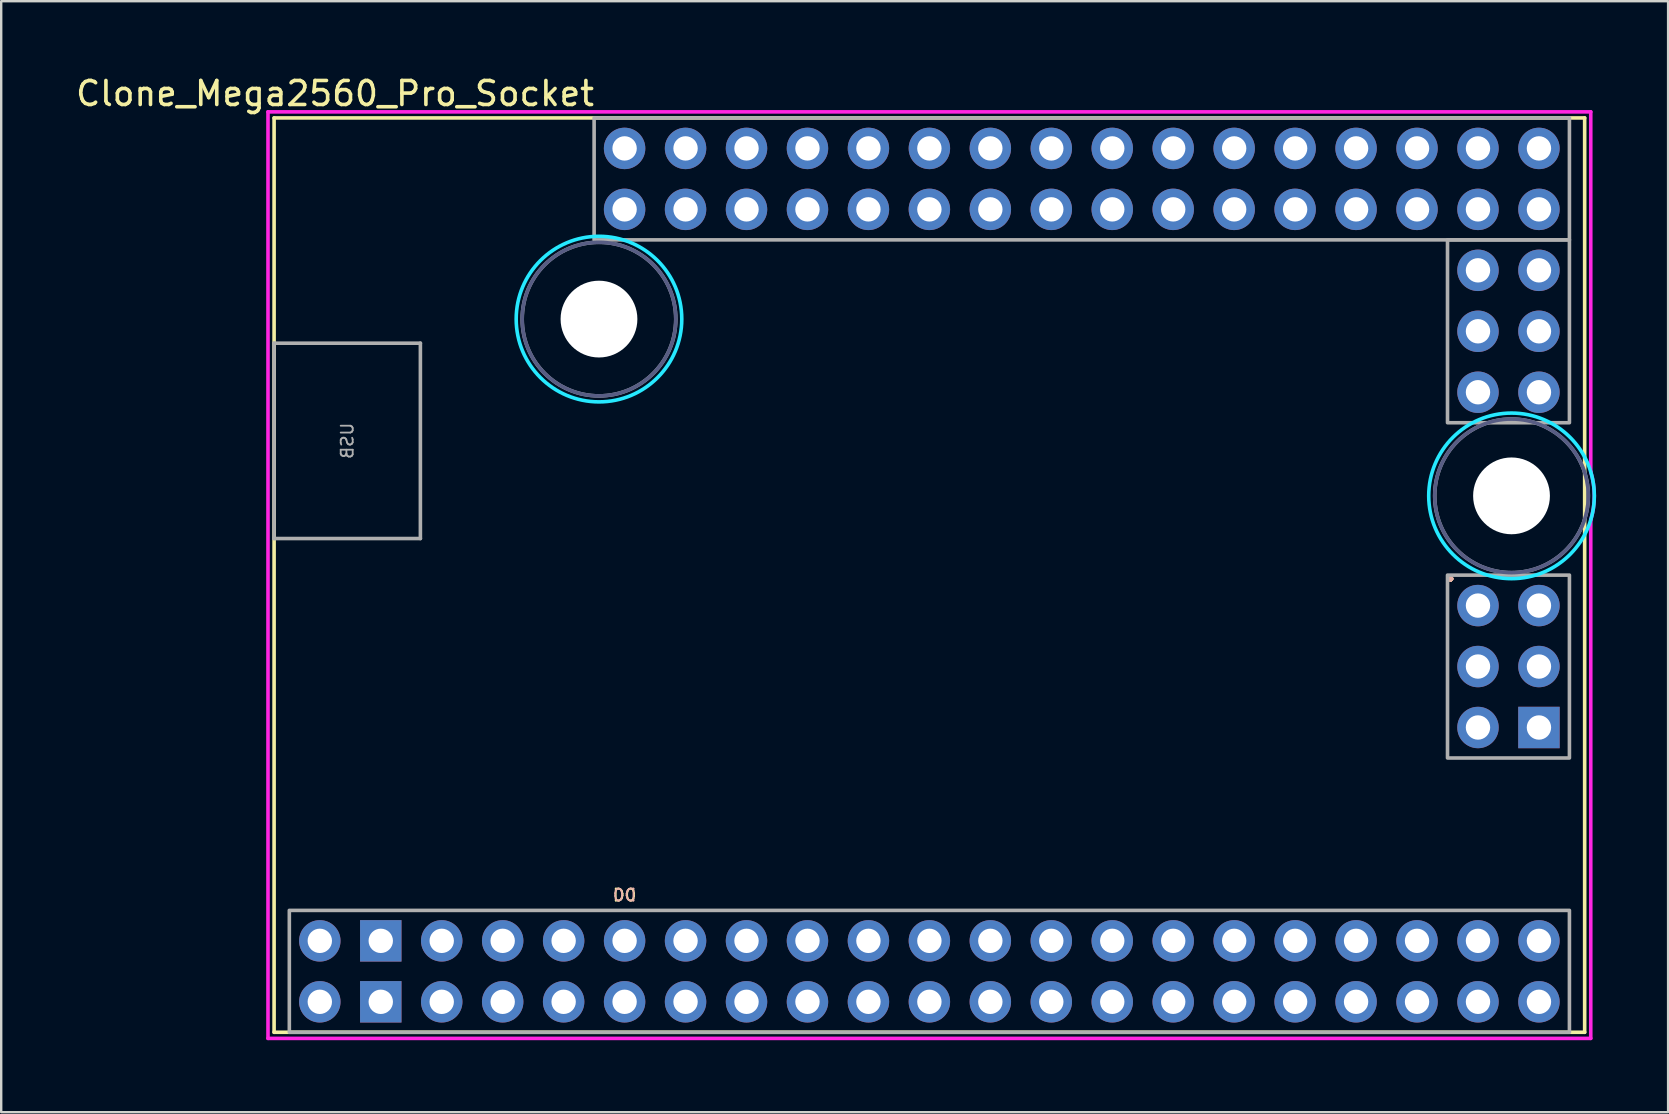
<source format=kicad_pcb>
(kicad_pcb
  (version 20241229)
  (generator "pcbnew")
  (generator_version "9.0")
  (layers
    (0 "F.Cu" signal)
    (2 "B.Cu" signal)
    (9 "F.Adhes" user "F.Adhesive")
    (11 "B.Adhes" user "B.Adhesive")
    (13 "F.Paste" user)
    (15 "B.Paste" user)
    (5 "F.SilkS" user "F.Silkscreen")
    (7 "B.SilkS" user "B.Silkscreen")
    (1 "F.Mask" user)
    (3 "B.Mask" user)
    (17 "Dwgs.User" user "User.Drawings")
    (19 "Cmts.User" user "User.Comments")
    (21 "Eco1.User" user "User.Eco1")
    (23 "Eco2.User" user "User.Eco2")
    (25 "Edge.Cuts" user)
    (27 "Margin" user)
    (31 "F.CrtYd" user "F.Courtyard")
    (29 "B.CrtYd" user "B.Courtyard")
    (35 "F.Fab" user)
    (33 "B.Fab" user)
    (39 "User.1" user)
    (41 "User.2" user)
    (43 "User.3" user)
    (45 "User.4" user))
  (footprint "Clone_Mega2560_Pro_Socket"
    (layer "F.Cu")
    (at 8.371 1.864)
    (property "Reference" "Clone_Mega2560_Pro_Socket" (at 2.54 -1.016 0) (layer "F.SilkS") (effects (font (size 1 1) (thickness 0.15))))
    (attr through_hole)
    (fp_line (start 0 0) (end 0 38.1) (stroke (width 0.15) (type solid)) (layer "F.SilkS"))
    (fp_line (start 0 0) (end 54.61 0) (stroke (width 0.15) (type solid)) (layer "F.SilkS"))
    (fp_line (start 0 38.1) (end 54.61 38.1) (stroke (width 0.15) (type solid)) (layer "F.SilkS"))
    (fp_line (start 54.61 0) (end 54.61 38.1) (stroke (width 0.15) (type solid)) (layer "F.SilkS"))
    (fp_circle (center 13.538 8.382) (end 16.988 8.382) (stroke (width 0.15) (type solid)) (fill no) (layer "B.CrtYd"))
    (fp_circle (center 51.562 15.748) (end 55.012 15.748) (stroke (width 0.15) (type solid)) (fill no) (layer "B.CrtYd"))
    (fp_line (start -0.254 38.354) (end -0.254 -0.254) (stroke (width 0.15) (type solid)) (layer "F.CrtYd"))
    (fp_line (start 54.864 -0.254) (end -0.254 -0.254) (stroke (width 0.15) (type solid)) (layer "F.CrtYd"))
    (fp_line (start 54.864 14.75) (end 54.864 -0.254) (stroke (width 0.15) (type solid)) (layer "F.CrtYd"))
    (fp_line (start 54.864 38.354) (end -0.254 38.354) (stroke (width 0.15) (type solid)) (layer "F.CrtYd"))
    (fp_line (start 54.864 38.354) (end 54.864 16.745) (stroke (width 0.15) (type solid)) (layer "F.CrtYd"))
    (fp_arc (start 54.864 14.75) (mid 55.011743 15.7475) (end 54.864 16.745) (stroke (width 0.15) (type solid)) (layer "F.CrtYd"))
    (fp_circle (center 13.538 8.382) (end 16.738 8.382) (stroke (width 0.15) (type solid)) (fill no) (layer "B.Fab"))
    (fp_circle (center 51.562 15.748) (end 54.762 15.748) (stroke (width 0.15) (type solid)) (fill no) (layer "B.Fab"))
    (fp_line (start 0 9.386) (end 6.096 9.386) (stroke (width 0.15) (type solid)) (layer "F.Fab"))
    (fp_line (start 0 17.526) (end 0 9.386) (stroke (width 0.15) (type solid)) (layer "F.Fab"))
    (fp_line (start 6.096 17.526) (end 0 17.526) (stroke (width 0.15) (type solid)) (layer "F.Fab"))
    (fp_line (start 6.096 17.526) (end 6.096 9.386) (stroke (width 0.15) (type solid)) (layer "F.Fab"))
    (fp_rect (start 0.635 33.02) (end 53.975 38.1) (stroke (width 0.15) (type solid)) (fill no) (layer "F.Fab"))
    (fp_rect (start 13.335 0) (end 53.975 5.08) (stroke (width 0.15) (type solid)) (fill no) (layer "F.Fab"))
    (fp_rect (start 48.895 5.08) (end 53.975 12.7) (stroke (width 0.15) (type solid)) (fill no) (layer "F.Fab"))
    (fp_rect (start 48.895 19.05) (end 53.975 26.67) (stroke (width 0.15) (type solid)) (fill no) (layer "F.Fab"))
    (fp_circle (center 13.538 8.382) (end 16.738 8.382) (stroke (width 0.15) (type solid)) (fill no) (layer "F.Fab"))
    (fp_circle (center 51.562 15.748) (end 54.762 15.748) (stroke (width 0.15) (type solid)) (fill no) (layer "F.Fab"))
    (fp_text user "D0" (at 14.605 32.385 0) (unlocked yes) (layer "F.SilkS") (effects (font (size 0.5 0.5) (thickness 0.075))))
    (fp_text user "." (at 49.022 18.796 0) (layer "F.SilkS") (effects (font (size 1 1) (thickness 0.15))))
    (fp_text user "D0" (at 14.605 32.385 0) (unlocked yes) (layer "B.SilkS") (effects (font (size 0.5 0.5) (thickness 0.075)) (justify mirror)))
    (fp_text user "." (at 49.022 18.796 0) (layer "B.SilkS") (effects (font (size 1 1) (thickness 0.15))))
    (fp_text user "USB" (at 3.048 13.456 270) (layer "F.Fab") (effects (font (size 0.5 0.5) (thickness 0.075)) (justify mirror)))
    (pad "" np_thru_hole circle (at 13.538 8.382) (size 3.2 3.2) (drill 3.2) (layers "*.Cu" "*.Mask"))
    (pad "" np_thru_hole circle (at 51.562 15.748) (size 3.2 3.2) (drill 3.2) (layers "*.Cu" "*.Mask"))
    (pad "3V31" thru_hole oval (at 9.525 34.29) (size 1.727 1.727) (drill 1.016) (layers "*.Cu" "*.Mask"))
    (pad "3V32" thru_hole oval (at 9.525 36.83) (size 1.727 1.727) (drill 1.016) (layers "*.Cu" "*.Mask"))
    (pad "5V1" thru_hole oval (at 6.985 34.29) (size 1.727 1.727) (drill 1.016) (layers "*.Cu" "*.Mask"))
    (pad "5V2" thru_hole oval (at 52.705 20.32) (size 1.727 1.727) (drill 1.016) (layers "*.Cu" "*.Mask"))
    (pad "5V3" thru_hole oval (at 6.985 36.83) (size 1.727 1.727) (drill 1.016) (layers "*.Cu" "*.Mask"))
    (pad "A0" thru_hole oval (at 14.605 1.27) (size 1.727 1.727) (drill 1.016) (layers "*.Cu" "*.Mask"))
    (pad "A1" thru_hole oval (at 14.605 3.81) (size 1.727 1.727) (drill 1.016) (layers "*.Cu" "*.Mask"))
    (pad "A2" thru_hole oval (at 17.145 1.27) (size 1.727 1.727) (drill 1.016) (layers "*.Cu" "*.Mask"))
    (pad "A3" thru_hole oval (at 17.145 3.81) (size 1.727 1.727) (drill 1.016) (layers "*.Cu" "*.Mask"))
    (pad "A4" thru_hole oval (at 19.685 1.27) (size 1.727 1.727) (drill 1.016) (layers "*.Cu" "*.Mask"))
    (pad "A5" thru_hole oval (at 19.685 3.81) (size 1.727 1.727) (drill 1.016) (layers "*.Cu" "*.Mask"))
    (pad "A6" thru_hole oval (at 22.225 1.27) (size 1.727 1.727) (drill 1.016) (layers "*.Cu" "*.Mask"))
    (pad "A7" thru_hole oval (at 22.225 3.81) (size 1.727 1.727) (drill 1.016) (layers "*.Cu" "*.Mask"))
    (pad "A8" thru_hole oval (at 24.765 1.27) (size 1.727 1.727) (drill 1.016) (layers "*.Cu" "*.Mask"))
    (pad "A9" thru_hole oval (at 24.765 3.81) (size 1.727 1.727) (drill 1.016) (layers "*.Cu" "*.Mask"))
    (pad "A10" thru_hole oval (at 27.305 1.27) (size 1.727 1.727) (drill 1.016) (layers "*.Cu" "*.Mask"))
    (pad "A11" thru_hole oval (at 27.305 3.81) (size 1.727 1.727) (drill 1.016) (layers "*.Cu" "*.Mask"))
    (pad "A12" thru_hole oval (at 29.845 1.27) (size 1.727 1.727) (drill 1.016) (layers "*.Cu" "*.Mask"))
    (pad "A13" thru_hole oval (at 29.845 3.81) (size 1.727 1.727) (drill 1.016) (layers "*.Cu" "*.Mask"))
    (pad "A14" thru_hole oval (at 32.385 1.27) (size 1.727 1.727) (drill 1.016) (layers "*.Cu" "*.Mask"))
    (pad "A15" thru_hole oval (at 32.385 3.81) (size 1.727 1.727) (drill 1.016) (layers "*.Cu" "*.Mask"))
    (pad "AREF" thru_hole oval (at 12.065 34.29) (size 1.727 1.727) (drill 1.016) (layers "*.Cu" "*.Mask"))
    (pad "D0" thru_hole oval (at 14.605 34.29) (size 1.727 1.727) (drill 1.016) (layers "*.Cu" "*.Mask"))
    (pad "D1" thru_hole oval (at 14.605 36.83) (size 1.727 1.727) (drill 1.016) (layers "*.Cu" "*.Mask"))
    (pad "D2" thru_hole oval (at 17.145 34.29) (size 1.727 1.727) (drill 1.016) (layers "*.Cu" "*.Mask"))
    (pad "D3" thru_hole oval (at 17.145 36.83) (size 1.727 1.727) (drill 1.016) (layers "*.Cu" "*.Mask"))
    (pad "D4" thru_hole oval (at 19.685 34.29) (size 1.727 1.727) (drill 1.016) (layers "*.Cu" "*.Mask"))
    (pad "D5" thru_hole oval (at 19.685 36.83) (size 1.727 1.727) (drill 1.016) (layers "*.Cu" "*.Mask"))
    (pad "D6" thru_hole oval (at 22.225 34.29) (size 1.727 1.727) (drill 1.016) (layers "*.Cu" "*.Mask"))
    (pad "D7" thru_hole oval (at 22.225 36.83) (size 1.727 1.727) (drill 1.016) (layers "*.Cu" "*.Mask"))
    (pad "D8" thru_hole oval (at 24.765 34.29) (size 1.727 1.727) (drill 1.016) (layers "*.Cu" "*.Mask"))
    (pad "D9" thru_hole oval (at 24.765 36.83) (size 1.727 1.727) (drill 1.016) (layers "*.Cu" "*.Mask"))
    (pad "D10" thru_hole oval (at 27.305 34.29) (size 1.727 1.727) (drill 1.016) (layers "*.Cu" "*.Mask"))
    (pad "D11" thru_hole oval (at 27.305 36.83) (size 1.727 1.727) (drill 1.016) (layers "*.Cu" "*.Mask"))
    (pad "D12" thru_hole oval (at 29.845 34.29) (size 1.727 1.727) (drill 1.016) (layers "*.Cu" "*.Mask"))
    (pad "D13" thru_hole oval (at 29.845 36.83) (size 1.727 1.727) (drill 1.016) (layers "*.Cu" "*.Mask"))
    (pad "D14" thru_hole oval (at 32.385 34.29) (size 1.727 1.727) (drill 1.016) (layers "*.Cu" "*.Mask"))
    (pad "D15" thru_hole oval (at 32.385 36.83) (size 1.727 1.727) (drill 1.016) (layers "*.Cu" "*.Mask"))
    (pad "D16" thru_hole oval (at 34.925 34.29) (size 1.727 1.727) (drill 1.016) (layers "*.Cu" "*.Mask"))
    (pad "D17" thru_hole oval (at 34.925 36.83) (size 1.727 1.727) (drill 1.016) (layers "*.Cu" "*.Mask"))
    (pad "D18" thru_hole oval (at 37.465 34.29) (size 1.727 1.727) (drill 1.016) (layers "*.Cu" "*.Mask"))
    (pad "D19" thru_hole oval (at 37.465 36.83) (size 1.727 1.727) (drill 1.016) (layers "*.Cu" "*.Mask"))
    (pad "D20" thru_hole oval (at 40.005 34.29) (size 1.727 1.727) (drill 1.016) (layers "*.Cu" "*.Mask"))
    (pad "D21" thru_hole oval (at 40.005 36.83) (size 1.727 1.727) (drill 1.016) (layers "*.Cu" "*.Mask"))
    (pad "D22" thru_hole oval (at 42.545 34.29) (size 1.727 1.727) (drill 1.016) (layers "*.Cu" "*.Mask"))
    (pad "D23" thru_hole oval (at 42.545 36.83) (size 1.727 1.727) (drill 1.016) (layers "*.Cu" "*.Mask"))
    (pad "D24" thru_hole oval (at 45.085 34.29) (size 1.727 1.727) (drill 1.016) (layers "*.Cu" "*.Mask"))
    (pad "D25" thru_hole oval (at 45.085 36.83) (size 1.727 1.727) (drill 1.016) (layers "*.Cu" "*.Mask"))
    (pad "D26" thru_hole oval (at 47.625 34.29) (size 1.727 1.727) (drill 1.016) (layers "*.Cu" "*.Mask"))
    (pad "D27" thru_hole oval (at 47.625 36.83) (size 1.727 1.727) (drill 1.016) (layers "*.Cu" "*.Mask"))
    (pad "D28" thru_hole oval (at 50.165 34.29) (size 1.727 1.727) (drill 1.016) (layers "*.Cu" "*.Mask"))
    (pad "D29" thru_hole oval (at 50.165 36.83) (size 1.727 1.727) (drill 1.016) (layers "*.Cu" "*.Mask"))
    (pad "D30" thru_hole oval (at 52.705 34.29) (size 1.727 1.727) (drill 1.016) (layers "*.Cu" "*.Mask"))
    (pad "D31" thru_hole oval (at 52.705 36.83) (size 1.727 1.727) (drill 1.016) (layers "*.Cu" "*.Mask"))
    (pad "D32" thru_hole oval (at 34.925 1.27) (size 1.727 1.727) (drill 1.016) (layers "*.Cu" "*.Mask"))
    (pad "D33" thru_hole oval (at 34.925 3.81) (size 1.727 1.727) (drill 1.016) (layers "*.Cu" "*.Mask"))
    (pad "D34" thru_hole oval (at 37.465 1.27) (size 1.727 1.727) (drill 1.016) (layers "*.Cu" "*.Mask"))
    (pad "D35" thru_hole oval (at 37.465 3.81) (size 1.727 1.727) (drill 1.016) (layers "*.Cu" "*.Mask"))
    (pad "D36" thru_hole oval (at 40.005 1.27) (size 1.727 1.727) (drill 1.016) (layers "*.Cu" "*.Mask"))
    (pad "D37" thru_hole oval (at 40.005 3.81) (size 1.727 1.727) (drill 1.016) (layers "*.Cu" "*.Mask"))
    (pad "D38" thru_hole oval (at 42.545 1.27) (size 1.727 1.727) (drill 1.016) (layers "*.Cu" "*.Mask"))
    (pad "D39" thru_hole oval (at 42.545 3.81) (size 1.727 1.727) (drill 1.016) (layers "*.Cu" "*.Mask"))
    (pad "D40" thru_hole oval (at 45.085 1.27) (size 1.727 1.727) (drill 1.016) (layers "*.Cu" "*.Mask"))
    (pad "D41" thru_hole oval (at 45.085 3.81) (size 1.727 1.727) (drill 1.016) (layers "*.Cu" "*.Mask"))
    (pad "D42" thru_hole oval (at 47.625 1.27) (size 1.727 1.727) (drill 1.016) (layers "*.Cu" "*.Mask"))
    (pad "D43" thru_hole oval (at 47.625 3.81) (size 1.727 1.727) (drill 1.016) (layers "*.Cu" "*.Mask"))
    (pad "D44" thru_hole oval (at 50.165 1.27) (size 1.727 1.727) (drill 1.016) (layers "*.Cu" "*.Mask"))
    (pad "D45" thru_hole oval (at 50.165 3.81) (size 1.727 1.727) (drill 1.016) (layers "*.Cu" "*.Mask"))
    (pad "D46" thru_hole oval (at 52.705 1.27) (size 1.727 1.727) (drill 1.016) (layers "*.Cu" "*.Mask"))
    (pad "D47" thru_hole oval (at 52.705 3.81) (size 1.727 1.727) (drill 1.016) (layers "*.Cu" "*.Mask"))
    (pad "D48" thru_hole oval (at 52.705 6.35) (size 1.727 1.727) (drill 1.016) (layers "*.Cu" "*.Mask"))
    (pad "D49" thru_hole oval (at 50.165 6.35) (size 1.727 1.727) (drill 1.016) (layers "*.Cu" "*.Mask"))
    (pad "D50" thru_hole oval (at 52.705 8.89) (size 1.727 1.727) (drill 1.016) (layers "*.Cu" "*.Mask"))
    (pad "D51" thru_hole oval (at 50.165 8.89) (size 1.727 1.727) (drill 1.016) (layers "*.Cu" "*.Mask"))
    (pad "D52" thru_hole oval (at 52.705 11.43) (size 1.727 1.727) (drill 1.016) (layers "*.Cu" "*.Mask"))
    (pad "D53" thru_hole oval (at 50.165 11.43) (size 1.727 1.727) (drill 1.016) (layers "*.Cu" "*.Mask"))
    (pad "GND1" thru_hole rect (at 4.445 34.29) (size 1.727 1.727) (drill 1.016) (layers "*.Cu" "*.Mask"))
    (pad "GND2" thru_hole rect (at 4.445 36.83) (size 1.727 1.727) (drill 1.016) (layers "*.Cu" "*.Mask"))
    (pad "GND4" thru_hole rect (at 52.705 25.4) (size 1.727 1.727) (drill 1.016) (layers "*.Cu" "*.Mask"))
    (pad "MISO" thru_hole oval (at 50.165 20.32) (size 1.727 1.727) (drill 1.016) (layers "*.Cu" "*.Mask"))
    (pad "MOSI" thru_hole oval (at 52.705 22.86) (size 1.727 1.727) (drill 1.016) (layers "*.Cu" "*.Mask"))
    (pad "RST1" thru_hole oval (at 12.065 36.83) (size 1.727 1.727) (drill 1.016) (layers "*.Cu" "*.Mask"))
    (pad "RST2" thru_hole oval (at 50.165 25.4) (size 1.727 1.727) (drill 1.016) (layers "*.Cu" "*.Mask"))
    (pad "SCK" thru_hole oval (at 50.165 22.86) (size 1.727 1.727) (drill 1.016) (layers "*.Cu" "*.Mask"))
    (pad "VIN1" thru_hole oval (at 1.905 34.29) (size 1.727 1.727) (drill 1.016) (layers "*.Cu" "*.Mask"))
    (pad "VIN2" thru_hole oval (at 1.905 36.83) (size 1.727 1.727) (drill 1.016) (layers "*.Cu" "*.Mask")))
  (gr_rect
    (start -3 -3)
    (end 66.458 43.293)
    (stroke (width 0.1) (type default))
    (fill no)
    (layer "Edge.Cuts")))
</source>
